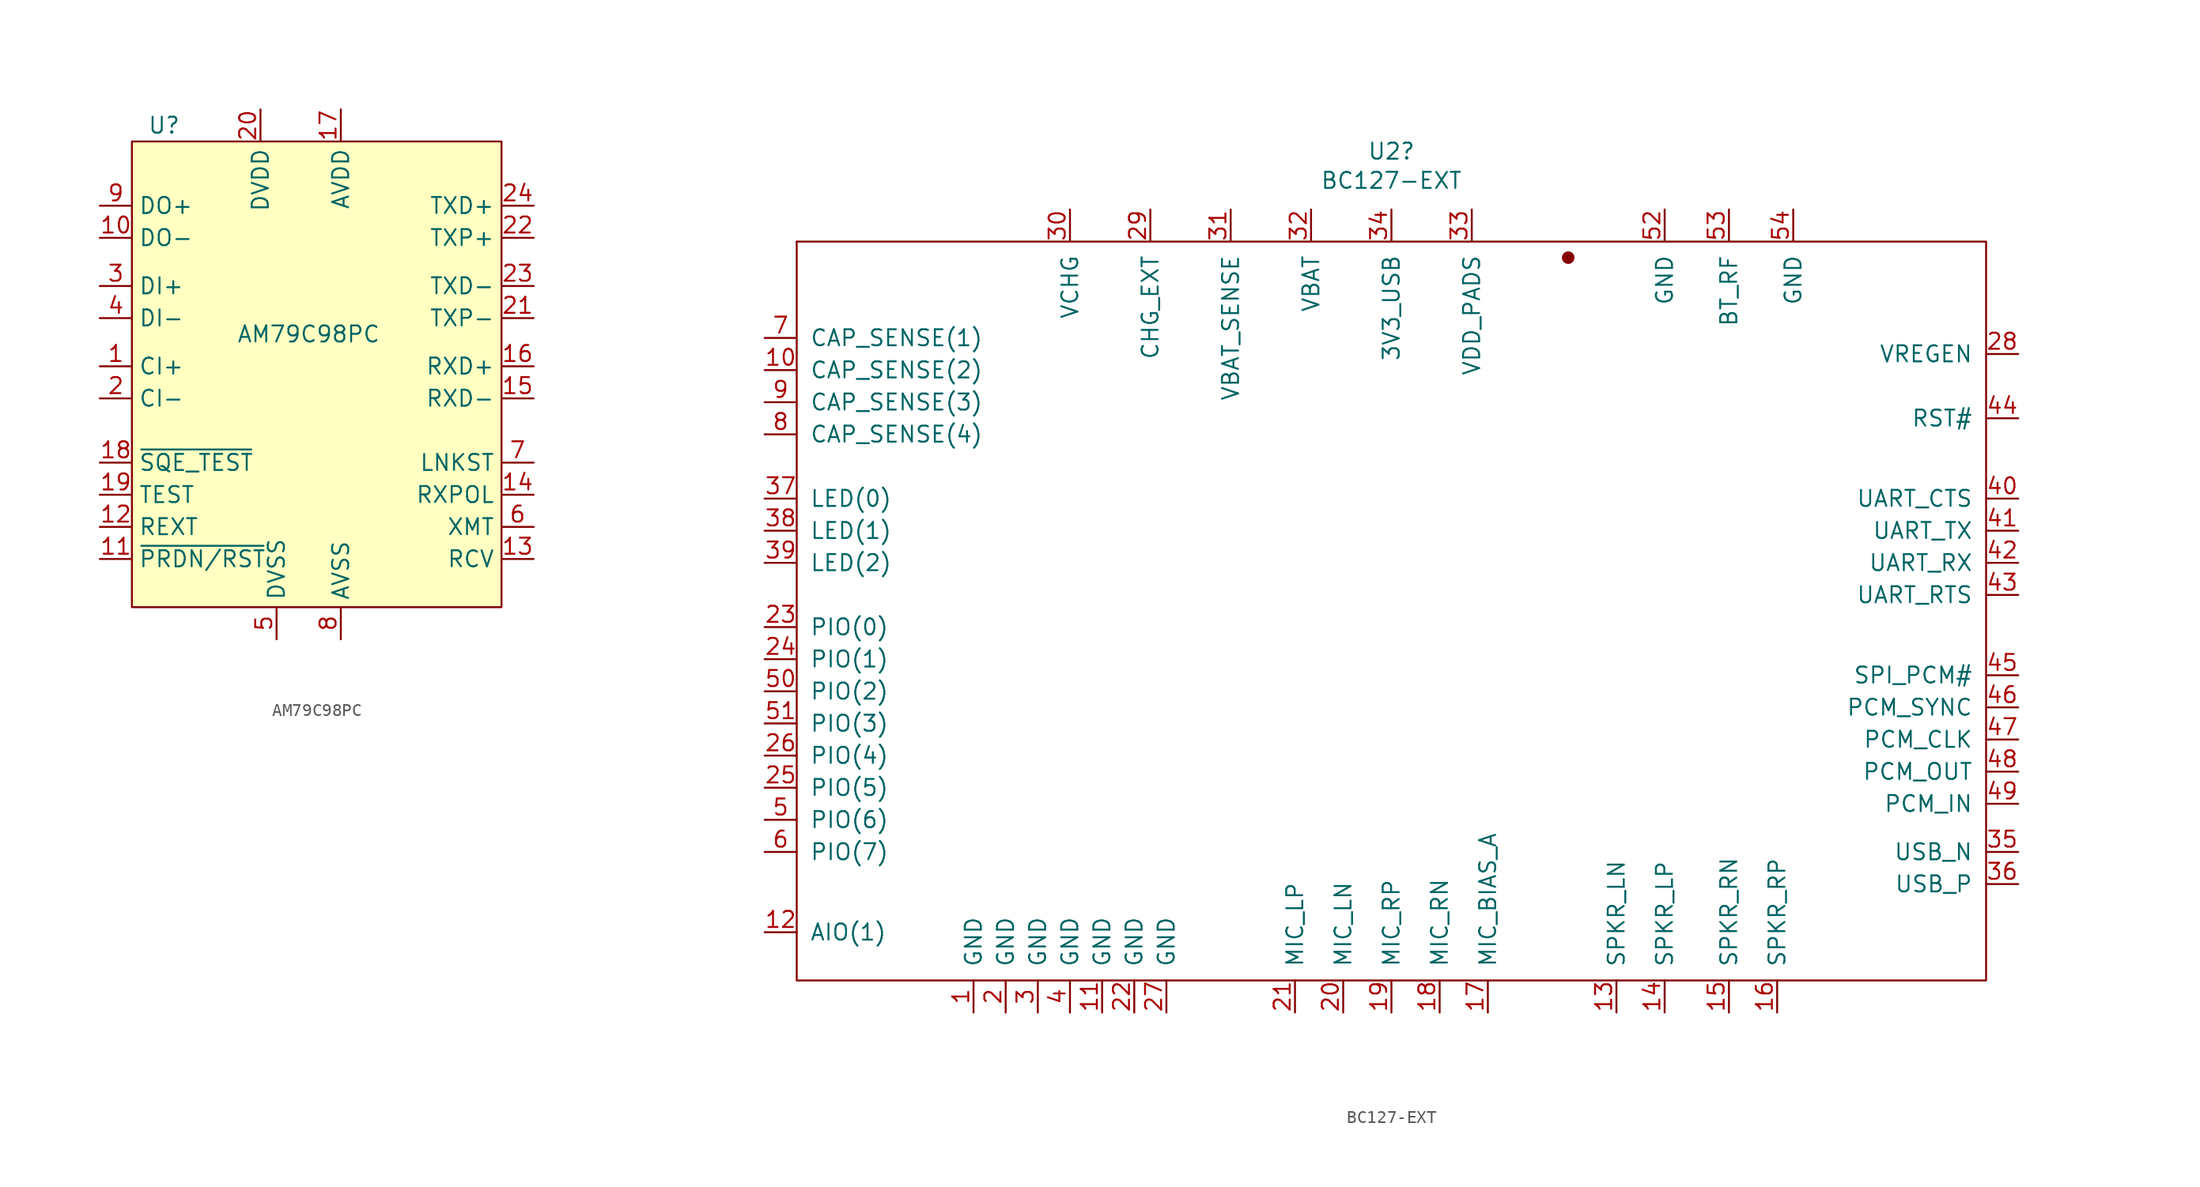
<source format=kicad_sym>
(kicad_symbol_lib
  (version 20211014)
  (generator kicad_symbol_editor)
  (symbol "AM79C98PC"
    (property "Reference" "U"
      (at -11.43 0 0)
      (effects (font (size 1.27 1.27))))
    (property "Value" "AM79C98PC"
      (at 0 -16.51 0)
      (effects (font (size 1.27 1.27))))
    (symbol "AM79C98PC_0_1"
      (rectangle (start -13.97 -1.27) (end 15.24 -38.1) (stroke (width 0) (type default) (color 0 0 0 0)) (fill (type background))))
    (symbol "AM79C98PC_1_1"
      (pin output line (at -16.51 -19.05 0) (length 2.54) (name "CI+" (effects (font (size 1.27 1.27)))) (number "1" (effects (font (size 1.27 1.27)))))
      (pin input line (at -16.51 -8.89 0) (length 2.54) (name "DO-" (effects (font (size 1.27 1.27)))) (number "10" (effects (font (size 1.27 1.27)))))
      (pin input line (at -16.51 -34.29 0) (length 2.54) (name "~{PRDN/RST}" (effects (font (size 1.27 1.27)))) (number "11" (effects (font (size 1.27 1.27)))))
      (pin input line (at -16.51 -31.75 0) (length 2.54) (name "REXT" (effects (font (size 1.27 1.27)))) (number "12" (effects (font (size 1.27 1.27)))))
      (pin output line (at 17.78 -34.29 180) (length 2.54) (name "RCV" (effects (font (size 1.27 1.27)))) (number "13" (effects (font (size 1.27 1.27)))))
      (pin bidirectional line (at 17.78 -29.21 180) (length 2.54) (name "RXPOL" (effects (font (size 1.27 1.27)))) (number "14" (effects (font (size 1.27 1.27)))))
      (pin input line (at 17.78 -21.59 180) (length 2.54) (name "RXD-" (effects (font (size 1.27 1.27)))) (number "15" (effects (font (size 1.27 1.27)))))
      (pin input line (at 17.78 -19.05 180) (length 2.54) (name "RXD+" (effects (font (size 1.27 1.27)))) (number "16" (effects (font (size 1.27 1.27)))))
      (pin power_in line (at 2.54 1.27 270) (length 2.54) (name "AVDD" (effects (font (size 1.27 1.27)))) (number "17" (effects (font (size 1.27 1.27)))))
      (pin input line (at -16.51 -26.67 0) (length 2.54) (name "~{SQE_TEST}" (effects (font (size 1.27 1.27)))) (number "18" (effects (font (size 1.27 1.27)))))
      (pin input line (at -16.51 -29.21 0) (length 2.54) (name "TEST" (effects (font (size 1.27 1.27)))) (number "19" (effects (font (size 1.27 1.27)))))
      (pin output line (at -16.51 -21.59 0) (length 2.54) (name "CI-" (effects (font (size 1.27 1.27)))) (number "2" (effects (font (size 1.27 1.27)))))
      (pin power_in line (at -3.81 1.27 270) (length 2.54) (name "DVDD" (effects (font (size 1.27 1.27)))) (number "20" (effects (font (size 1.27 1.27)))))
      (pin output line (at 17.78 -15.24 180) (length 2.54) (name "TXP-" (effects (font (size 1.27 1.27)))) (number "21" (effects (font (size 1.27 1.27)))))
      (pin output line (at 17.78 -8.89 180) (length 2.54) (name "TXP+" (effects (font (size 1.27 1.27)))) (number "22" (effects (font (size 1.27 1.27)))))
      (pin output line (at 17.78 -12.7 180) (length 2.54) (name "TXD-" (effects (font (size 1.27 1.27)))) (number "23" (effects (font (size 1.27 1.27)))))
      (pin output line (at 17.78 -6.35 180) (length 2.54) (name "TXD+" (effects (font (size 1.27 1.27)))) (number "24" (effects (font (size 1.27 1.27)))))
      (pin output line (at -16.51 -12.7 0) (length 2.54) (name "DI+" (effects (font (size 1.27 1.27)))) (number "3" (effects (font (size 1.27 1.27)))))
      (pin output line (at -16.51 -15.24 0) (length 2.54) (name "DI-" (effects (font (size 1.27 1.27)))) (number "4" (effects (font (size 1.27 1.27)))))
      (pin power_in line (at -2.54 -40.64 90) (length 2.54) (name "DVSS" (effects (font (size 1.27 1.27)))) (number "5" (effects (font (size 1.27 1.27)))))
      (pin output line (at 17.78 -31.75 180) (length 2.54) (name "XMT" (effects (font (size 1.27 1.27)))) (number "6" (effects (font (size 1.27 1.27)))))
      (pin bidirectional line (at 17.78 -26.67 180) (length 2.54) (name "LNKST" (effects (font (size 1.27 1.27)))) (number "7" (effects (font (size 1.27 1.27)))))
      (pin power_in line (at 2.54 -40.64 90) (length 2.54) (name "AVSS" (effects (font (size 1.27 1.27)))) (number "8" (effects (font (size 1.27 1.27)))))
      (pin input line (at -16.51 -6.35 0) (length 2.54) (name "DO+" (effects (font (size 1.27 1.27)))) (number "9" (effects (font (size 1.27 1.27)))))))
  (symbol "BC127-EXT"
    (pin_names
      (offset 1.016))
    (property "Reference" "U2"
      (at 0 31.267 0)
      (effects (font (size 1.27 1.27))))
    (property "Value" "BC127-EXT"
      (at 0 28.956 0)
      (effects (font (size 1.27 1.27))))
    (symbol "BC127-EXT_0_1"
      (rectangle (start -46.99 24.13) (end -46.99 24.13) (stroke (width 0) (type default) (color 0 0 0 0)) (fill (type none)))
      (rectangle (start -46.99 24.13) (end 46.99 -34.29) (stroke (width 0) (type default) (color 0 0 0 0)) (fill (type none)))
      (rectangle (start 13.97 22.86) (end 13.97 22.86) (stroke (width 0.991) (type default) (color 0 0 0 0)) (fill (type none))))
    (symbol "BC127-EXT_1_1"
      (pin input line (at -33.02 -36.83 90) (length 2.54) (name "GND" (effects (font (size 1.27 1.27)))) (number "1" (effects (font (size 1.27 1.27)))))
      (pin input line (at -49.53 13.97 0) (length 2.54) (name "CAP_SENSE(2)" (effects (font (size 1.27 1.27)))) (number "10" (effects (font (size 1.27 1.27)))))
      (pin input line (at -22.86 -36.83 90) (length 2.54) (name "GND" (effects (font (size 1.27 1.27)))) (number "11" (effects (font (size 1.27 1.27)))))
      (pin bidirectional line (at -49.53 -30.48 0) (length 2.54) (name "AIO(1)" (effects (font (size 1.27 1.27)))) (number "12" (effects (font (size 1.27 1.27)))))
      (pin output line (at 17.78 -36.83 90) (length 2.54) (name "SPKR_LN" (effects (font (size 1.27 1.27)))) (number "13" (effects (font (size 1.27 1.27)))))
      (pin output line (at 21.59 -36.83 90) (length 2.54) (name "SPKR_LP" (effects (font (size 1.27 1.27)))) (number "14" (effects (font (size 1.27 1.27)))))
      (pin output line (at 26.67 -36.83 90) (length 2.54) (name "SPKR_RN" (effects (font (size 1.27 1.27)))) (number "15" (effects (font (size 1.27 1.27)))))
      (pin output line (at 30.48 -36.83 90) (length 2.54) (name "SPKR_RP" (effects (font (size 1.27 1.27)))) (number "16" (effects (font (size 1.27 1.27)))))
      (pin input line (at 7.62 -36.83 90) (length 2.54) (name "MIC_BIAS_A" (effects (font (size 1.27 1.27)))) (number "17" (effects (font (size 1.27 1.27)))))
      (pin input line (at 3.81 -36.83 90) (length 2.54) (name "MIC_RN" (effects (font (size 1.27 1.27)))) (number "18" (effects (font (size 1.27 1.27)))))
      (pin input line (at 0 -36.83 90) (length 2.54) (name "MIC_RP" (effects (font (size 1.27 1.27)))) (number "19" (effects (font (size 1.27 1.27)))))
      (pin input line (at -30.48 -36.83 90) (length 2.54) (name "GND" (effects (font (size 1.27 1.27)))) (number "2" (effects (font (size 1.27 1.27)))))
      (pin input line (at -3.81 -36.83 90) (length 2.54) (name "MIC_LN" (effects (font (size 1.27 1.27)))) (number "20" (effects (font (size 1.27 1.27)))))
      (pin input line (at -7.62 -36.83 90) (length 2.54) (name "MIC_LP" (effects (font (size 1.27 1.27)))) (number "21" (effects (font (size 1.27 1.27)))))
      (pin input line (at -20.32 -36.83 90) (length 2.54) (name "GND" (effects (font (size 1.27 1.27)))) (number "22" (effects (font (size 1.27 1.27)))))
      (pin bidirectional line (at -49.53 -6.35 0) (length 2.54) (name "PIO(0)" (effects (font (size 1.27 1.27)))) (number "23" (effects (font (size 1.27 1.27)))))
      (pin bidirectional line (at -49.53 -8.89 0) (length 2.54) (name "PIO(1)" (effects (font (size 1.27 1.27)))) (number "24" (effects (font (size 1.27 1.27)))))
      (pin bidirectional line (at -49.53 -19.05 0) (length 2.54) (name "PIO(5)" (effects (font (size 1.27 1.27)))) (number "25" (effects (font (size 1.27 1.27)))))
      (pin bidirectional line (at -49.53 -16.51 0) (length 2.54) (name "PIO(4)" (effects (font (size 1.27 1.27)))) (number "26" (effects (font (size 1.27 1.27)))))
      (pin input line (at -17.78 -36.83 90) (length 2.54) (name "GND" (effects (font (size 1.27 1.27)))) (number "27" (effects (font (size 1.27 1.27)))))
      (pin input line (at 49.53 15.24 180) (length 2.54) (name "VREGEN" (effects (font (size 1.27 1.27)))) (number "28" (effects (font (size 1.27 1.27)))))
      (pin input line (at -19.05 26.67 270) (length 2.54) (name "CHG_EXT" (effects (font (size 1.27 1.27)))) (number "29" (effects (font (size 1.27 1.27)))))
      (pin input line (at -27.94 -36.83 90) (length 2.54) (name "GND" (effects (font (size 1.27 1.27)))) (number "3" (effects (font (size 1.27 1.27)))))
      (pin input line (at -25.4 26.67 270) (length 2.54) (name "VCHG" (effects (font (size 1.27 1.27)))) (number "30" (effects (font (size 1.27 1.27)))))
      (pin input line (at -12.7 26.67 270) (length 2.54) (name "VBAT_SENSE" (effects (font (size 1.27 1.27)))) (number "31" (effects (font (size 1.27 1.27)))))
      (pin input line (at -6.35 26.67 270) (length 2.54) (name "VBAT" (effects (font (size 1.27 1.27)))) (number "32" (effects (font (size 1.27 1.27)))))
      (pin input line (at 6.35 26.67 270) (length 2.54) (name "VDD_PADS" (effects (font (size 1.27 1.27)))) (number "33" (effects (font (size 1.27 1.27)))))
      (pin input line (at 0 26.67 270) (length 2.54) (name "3V3_USB" (effects (font (size 1.27 1.27)))) (number "34" (effects (font (size 1.27 1.27)))))
      (pin bidirectional line (at 49.53 -24.13 180) (length 2.54) (name "USB_N" (effects (font (size 1.27 1.27)))) (number "35" (effects (font (size 1.27 1.27)))))
      (pin bidirectional line (at 49.53 -26.67 180) (length 2.54) (name "USB_P" (effects (font (size 1.27 1.27)))) (number "36" (effects (font (size 1.27 1.27)))))
      (pin output line (at -49.53 3.81 0) (length 2.54) (name "LED(0)" (effects (font (size 1.27 1.27)))) (number "37" (effects (font (size 1.27 1.27)))))
      (pin output line (at -49.53 1.27 0) (length 2.54) (name "LED(1)" (effects (font (size 1.27 1.27)))) (number "38" (effects (font (size 1.27 1.27)))))
      (pin output line (at -49.53 -1.27 0) (length 2.54) (name "LED(2)" (effects (font (size 1.27 1.27)))) (number "39" (effects (font (size 1.27 1.27)))))
      (pin input line (at -25.4 -36.83 90) (length 2.54) (name "GND" (effects (font (size 1.27 1.27)))) (number "4" (effects (font (size 1.27 1.27)))))
      (pin input line (at 49.53 3.81 180) (length 2.54) (name "UART_CTS" (effects (font (size 1.27 1.27)))) (number "40" (effects (font (size 1.27 1.27)))))
      (pin output line (at 49.53 1.27 180) (length 2.54) (name "UART_TX" (effects (font (size 1.27 1.27)))) (number "41" (effects (font (size 1.27 1.27)))))
      (pin input line (at 49.53 -1.27 180) (length 2.54) (name "UART_RX" (effects (font (size 1.27 1.27)))) (number "42" (effects (font (size 1.27 1.27)))))
      (pin input line (at 49.53 -3.81 180) (length 2.54) (name "UART_RTS" (effects (font (size 1.27 1.27)))) (number "43" (effects (font (size 1.27 1.27)))))
      (pin input line (at 49.53 10.16 180) (length 2.54) (name "RST#" (effects (font (size 1.27 1.27)))) (number "44" (effects (font (size 1.27 1.27)))))
      (pin input line (at 49.53 -10.16 180) (length 2.54) (name "SPI_PCM#" (effects (font (size 1.27 1.27)))) (number "45" (effects (font (size 1.27 1.27)))))
      (pin bidirectional line (at 49.53 -12.7 180) (length 2.54) (name "PCM_SYNC" (effects (font (size 1.27 1.27)))) (number "46" (effects (font (size 1.27 1.27)))))
      (pin bidirectional line (at 49.53 -15.24 180) (length 2.54) (name "PCM_CLK" (effects (font (size 1.27 1.27)))) (number "47" (effects (font (size 1.27 1.27)))))
      (pin output line (at 49.53 -17.78 180) (length 2.54) (name "PCM_OUT" (effects (font (size 1.27 1.27)))) (number "48" (effects (font (size 1.27 1.27)))))
      (pin input line (at 49.53 -20.32 180) (length 2.54) (name "PCM_IN" (effects (font (size 1.27 1.27)))) (number "49" (effects (font (size 1.27 1.27)))))
      (pin bidirectional line (at -49.53 -21.59 0) (length 2.54) (name "PIO(6)" (effects (font (size 1.27 1.27)))) (number "5" (effects (font (size 1.27 1.27)))))
      (pin bidirectional line (at -49.53 -11.43 0) (length 2.54) (name "PIO(2)" (effects (font (size 1.27 1.27)))) (number "50" (effects (font (size 1.27 1.27)))))
      (pin bidirectional line (at -49.53 -13.97 0) (length 2.54) (name "PIO(3)" (effects (font (size 1.27 1.27)))) (number "51" (effects (font (size 1.27 1.27)))))
      (pin output line (at 21.59 26.67 270) (length 2.54) (name "GND" (effects (font (size 1.27 1.27)))) (number "52" (effects (font (size 1.27 1.27)))))
      (pin output line (at 26.67 26.67 270) (length 2.54) (name "BT_RF" (effects (font (size 1.27 1.27)))) (number "53" (effects (font (size 1.27 1.27)))))
      (pin output line (at 31.75 26.67 270) (length 2.54) (name "GND" (effects (font (size 1.27 1.27)))) (number "54" (effects (font (size 1.27 1.27)))))
      (pin bidirectional line (at -49.53 -24.13 0) (length 2.54) (name "PIO(7)" (effects (font (size 1.27 1.27)))) (number "6" (effects (font (size 1.27 1.27)))))
      (pin input line (at -49.53 16.51 0) (length 2.54) (name "CAP_SENSE(1)" (effects (font (size 1.27 1.27)))) (number "7" (effects (font (size 1.27 1.27)))))
      (pin input line (at -49.53 8.89 0) (length 2.54) (name "CAP_SENSE(4)" (effects (font (size 1.27 1.27)))) (number "8" (effects (font (size 1.27 1.27)))))
      (pin input line (at -49.53 11.43 0) (length 2.54) (name "CAP_SENSE(3)" (effects (font (size 1.27 1.27)))) (number "9" (effects (font (size 1.27 1.27))))))))
</source>
